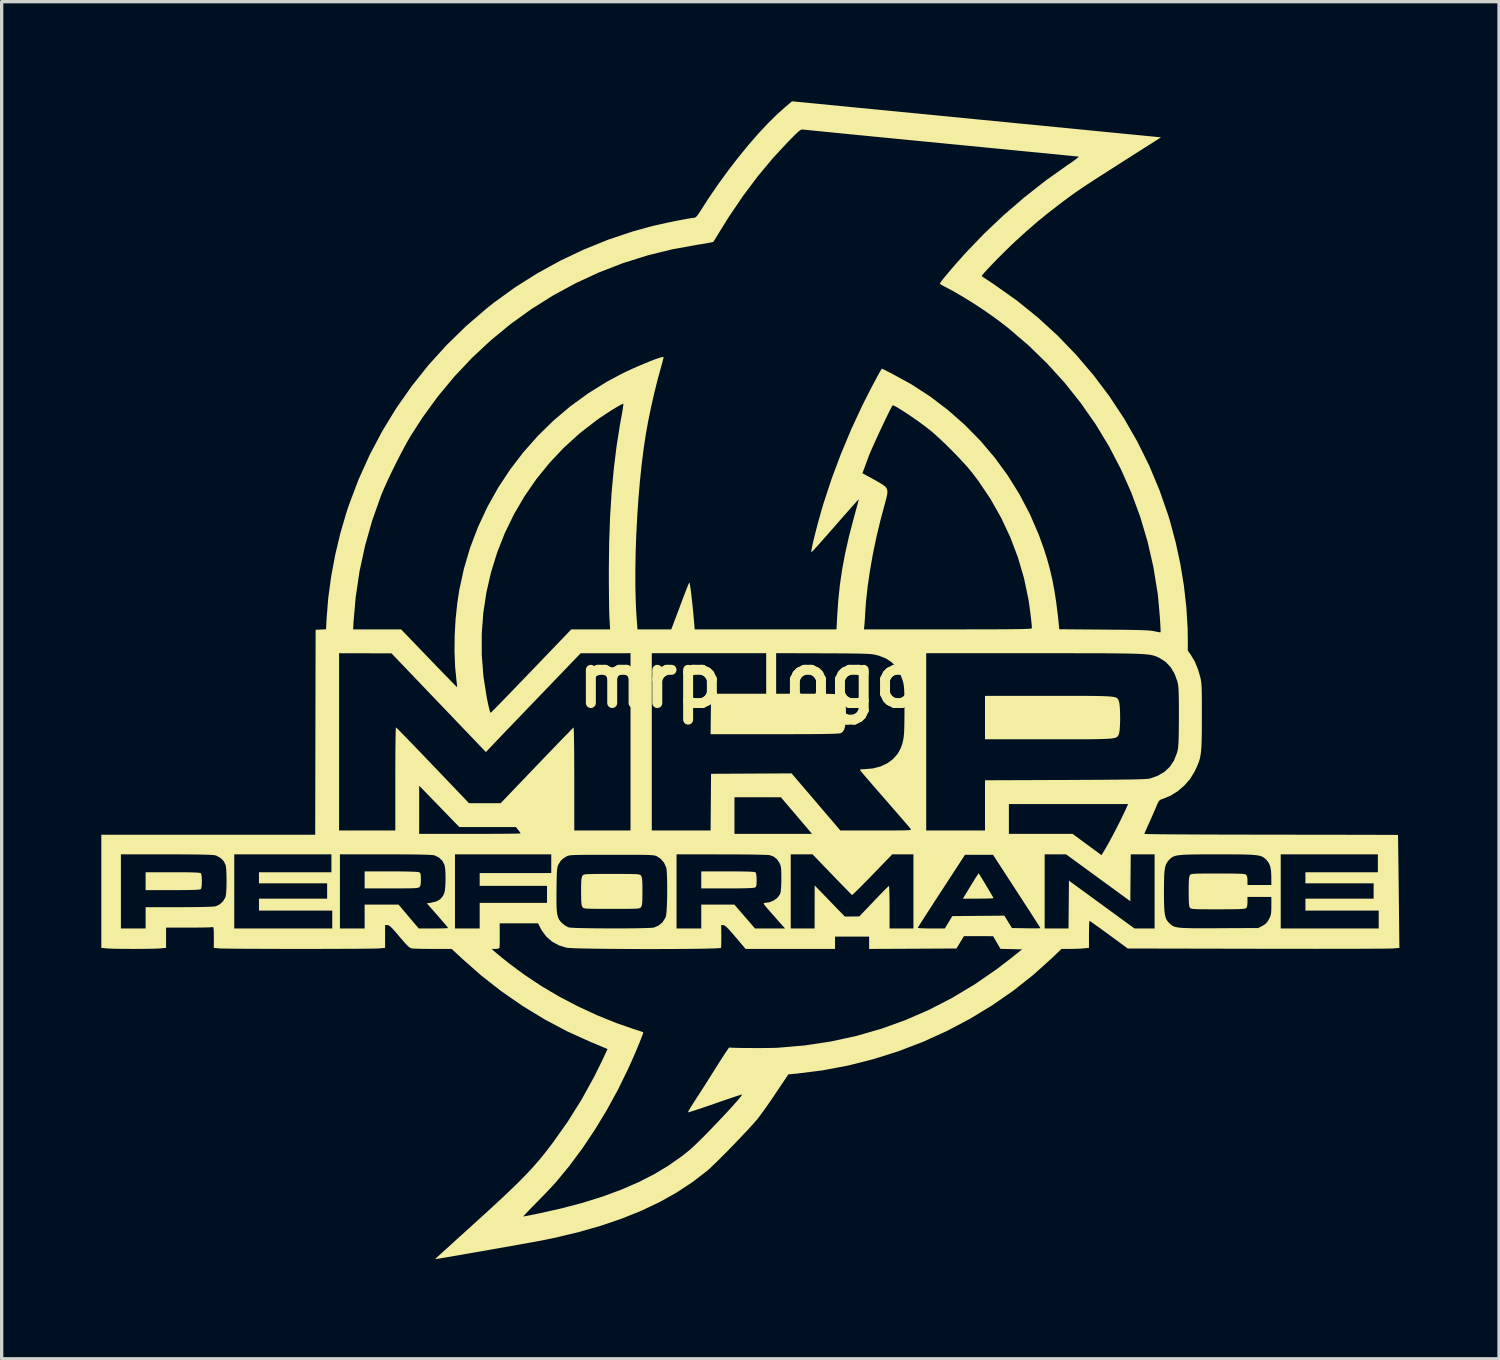
<source format=kicad_pcb>
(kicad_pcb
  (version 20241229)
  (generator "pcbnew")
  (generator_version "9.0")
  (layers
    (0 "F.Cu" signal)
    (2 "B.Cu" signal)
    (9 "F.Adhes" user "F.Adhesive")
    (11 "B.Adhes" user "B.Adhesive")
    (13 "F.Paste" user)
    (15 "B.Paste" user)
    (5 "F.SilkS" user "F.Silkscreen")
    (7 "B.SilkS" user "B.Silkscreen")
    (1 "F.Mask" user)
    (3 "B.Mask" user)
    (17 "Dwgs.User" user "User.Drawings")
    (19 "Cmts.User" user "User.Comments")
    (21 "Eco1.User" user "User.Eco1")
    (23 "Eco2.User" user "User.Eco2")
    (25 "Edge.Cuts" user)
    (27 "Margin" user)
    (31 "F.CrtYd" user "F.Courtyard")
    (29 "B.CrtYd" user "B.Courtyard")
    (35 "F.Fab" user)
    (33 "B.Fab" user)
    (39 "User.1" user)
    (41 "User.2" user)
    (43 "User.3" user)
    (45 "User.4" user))
  (footprint "mrp_logo"
    (layer "F.Cu")
    (at 19.525 17.438)
    (property "Reference" "mrp_logo" (at 0 0 0) (layer "F.SilkS") (effects (font (size 1.5 1.5) (thickness 0.3))))
    (attr board_only exclude_from_pos_files exclude_from_bom)
    (fp_poly (pts (xy 6.909 5.833) (xy 6.948 5.896) (xy 7.002 5.984) (xy 7.065 6.088) (xy 7.131 6.199) (xy 7.197 6.308) (xy 7.255 6.407) (xy 7.302 6.487) (xy 7.331 6.538) (xy 7.338 6.552) (xy 7.313 6.557) (xy 7.246 6.562) (xy 7.143 6.565) (xy 7.014 6.567) (xy 6.876 6.568) (xy 6.415 6.568) (xy 6.649 6.183) (xy 6.725 6.059) (xy 6.792 5.952) (xy 6.844 5.87) (xy 6.878 5.819) (xy 6.89 5.804)) (stroke (width 0) (type solid)) (fill yes) (layer "F.SilkS"))
    (fp_poly (pts (xy -17.128 5.773) (xy -16.93 5.775) (xy -16.775 5.778) (xy -16.661 5.783) (xy -16.584 5.789) (xy -16.54 5.797) (xy -16.528 5.804) (xy -16.511 5.847) (xy -16.501 5.932) (xy -16.497 6.042) (xy -16.501 6.159) (xy -16.512 6.242) (xy -16.528 6.281) (xy -16.552 6.29) (xy -16.608 6.297) (xy -16.698 6.303) (xy -16.826 6.307) (xy -16.996 6.31) (xy -17.212 6.311) (xy -17.375 6.312) (xy -18.191 6.312) (xy -18.191 6.042) (xy -18.191 5.773) (xy -17.375 5.773)) (stroke (width 0) (type solid)) (fill yes) (layer "F.SilkS"))
    (fp_poly (pts (xy -0.415 5.748) (xy -0.218 5.75) (xy -0.066 5.753) (xy 0.046 5.758) (xy 0.122 5.764) (xy 0.164 5.772) (xy 0.174 5.778) (xy 0.191 5.821) (xy 0.202 5.905) (xy 0.205 6.008) (xy 0.204 6.111) (xy 0.197 6.176) (xy 0.182 6.212) (xy 0.156 6.233) (xy 0.156 6.234) (xy 0.114 6.242) (xy 0.025 6.248) (xy -0.11 6.254) (xy -0.286 6.258) (xy -0.501 6.26) (xy -0.678 6.26) (xy -1.462 6.26) (xy -1.462 6.004) (xy -1.462 5.747) (xy -0.659 5.747)) (stroke (width 0) (type solid)) (fill yes) (layer "F.SilkS"))
    (fp_poly (pts (xy -10.557 5.748) (xy -10.35 5.751) (xy -10.183 5.755) (xy -10.059 5.76) (xy -9.98 5.767) (xy -9.953 5.774) (xy -9.927 5.795) (xy -9.912 5.833) (xy -9.905 5.898) (xy -9.903 5.99) (xy -9.907 6.105) (xy -9.92 6.178) (xy -9.944 6.22) (xy -9.961 6.231) (xy -9.99 6.24) (xy -10.037 6.247) (xy -10.106 6.253) (xy -10.204 6.256) (xy -10.336 6.258) (xy -10.507 6.26) (xy -10.722 6.26) (xy -10.79 6.26) (xy -11.597 6.26) (xy -11.597 6.004) (xy -11.597 5.747) (xy -10.8 5.747)) (stroke (width 0) (type solid)) (fill yes) (layer "F.SilkS"))
    (fp_poly (pts (xy 1.122 0.398) (xy 1.434 0.398) (xy 1.703 0.398) (xy 1.93 0.399) (xy 2.121 0.4) (xy 2.278 0.401) (xy 2.404 0.403) (xy 2.505 0.406) (xy 2.582 0.41) (xy 2.64 0.414) (xy 2.682 0.419) (xy 2.712 0.426) (xy 2.733 0.433) (xy 2.749 0.442) (xy 2.763 0.451) (xy 2.817 0.508) (xy 2.856 0.59) (xy 2.881 0.703) (xy 2.893 0.852) (xy 2.893 1.046) (xy 2.893 1.078) (xy 2.884 1.248) (xy 2.869 1.375) (xy 2.845 1.467) (xy 2.809 1.53) (xy 2.76 1.572) (xy 2.733 1.586) (xy 2.706 1.592) (xy 2.651 1.597) (xy 2.566 1.602) (xy 2.449 1.606) (xy 2.296 1.609) (xy 2.107 1.612) (xy 1.876 1.614) (xy 1.604 1.615) (xy 1.286 1.616) (xy 0.921 1.616) (xy 0.742 1.616) (xy -1.181 1.616) (xy -1.174 1.007) (xy -1.167 0.398) (xy 0.761 0.398)) (stroke (width 0) (type solid)) (fill yes) (layer "F.SilkS"))
    (fp_poly (pts (xy 9.69 0.462) (xy 9.97 0.462) (xy 10.209 0.464) (xy 10.41 0.466) (xy 10.577 0.469) (xy 10.713 0.474) (xy 10.821 0.48) (xy 10.906 0.488) (xy 10.97 0.499) (xy 11.017 0.511) (xy 11.05 0.527) (xy 11.072 0.545) (xy 11.088 0.567) (xy 11.1 0.592) (xy 11.111 0.619) (xy 11.127 0.684) (xy 11.138 0.788) (xy 11.146 0.919) (xy 11.149 1.066) (xy 11.149 1.216) (xy 11.144 1.359) (xy 11.136 1.481) (xy 11.123 1.572) (xy 11.113 1.608) (xy 11.101 1.638) (xy 11.089 1.663) (xy 11.073 1.685) (xy 11.05 1.704) (xy 11.017 1.72) (xy 10.971 1.733) (xy 10.907 1.744) (xy 10.822 1.752) (xy 10.713 1.758) (xy 10.577 1.763) (xy 10.411 1.766) (xy 10.21 1.769) (xy 9.971 1.77) (xy 9.691 1.77) (xy 9.367 1.77) (xy 8.995 1.77) (xy 7.081 1.77) (xy 7.081 1.116) (xy 7.081 0.462) (xy 8.993 0.462) (xy 9.366 0.462)) (stroke (width 0) (type solid)) (fill yes) (layer "F.SilkS"))
    (fp_poly (pts (xy -3.926 5.824) (xy -3.742 5.825) (xy -3.598 5.826) (xy -3.49 5.828) (xy -3.411 5.831) (xy -3.356 5.837) (xy -3.32 5.844) (xy -3.298 5.854) (xy -3.283 5.867) (xy -3.273 5.881) (xy -3.257 5.913) (xy -3.246 5.963) (xy -3.238 6.039) (xy -3.234 6.147) (xy -3.233 6.297) (xy -3.233 6.35) (xy -3.234 6.513) (xy -3.237 6.633) (xy -3.243 6.718) (xy -3.253 6.774) (xy -3.268 6.811) (xy -3.273 6.819) (xy -3.284 6.834) (xy -3.299 6.847) (xy -3.323 6.857) (xy -3.36 6.864) (xy -3.416 6.869) (xy -3.497 6.872) (xy -3.608 6.874) (xy -3.755 6.876) (xy -3.943 6.876) (xy -4.156 6.876) (xy -4.386 6.876) (xy -4.571 6.875) (xy -4.714 6.874) (xy -4.823 6.872) (xy -4.902 6.869) (xy -4.957 6.863) (xy -4.992 6.856) (xy -5.015 6.846) (xy -5.029 6.833) (xy -5.04 6.819) (xy -5.056 6.787) (xy -5.067 6.737) (xy -5.074 6.661) (xy -5.078 6.553) (xy -5.08 6.403) (xy -5.08 6.35) (xy -5.079 6.187) (xy -5.076 6.067) (xy -5.069 5.982) (xy -5.059 5.926) (xy -5.045 5.889) (xy -5.04 5.881) (xy -5.028 5.866) (xy -5.013 5.853) (xy -4.99 5.843) (xy -4.953 5.836) (xy -4.897 5.831) (xy -4.816 5.828) (xy -4.704 5.826) (xy -4.558 5.824) (xy -4.37 5.824) (xy -4.156 5.824)) (stroke (width 0) (type solid)) (fill yes) (layer "F.SilkS"))
    (fp_poly (pts (xy 6.825 -16.896) (xy 12.379 -16.353) (xy 12.238 -16.263) (xy 12.187 -16.23) (xy 12.097 -16.173) (xy 11.975 -16.096) (xy 11.825 -16) (xy 11.653 -15.891) (xy 11.464 -15.77) (xy 11.263 -15.643) (xy 11.135 -15.561) (xy 10.859 -15.385) (xy 10.621 -15.233) (xy 10.415 -15.101) (xy 10.238 -14.986) (xy 10.083 -14.884) (xy 9.945 -14.791) (xy 9.819 -14.704) (xy 9.699 -14.619) (xy 9.581 -14.533) (xy 9.459 -14.442) (xy 9.327 -14.343) (xy 9.313 -14.333) (xy 8.973 -14.069) (xy 8.651 -13.806) (xy 8.333 -13.53) (xy 8 -13.227) (xy 7.966 -13.196) (xy 7.848 -13.084) (xy 7.722 -12.961) (xy 7.591 -12.831) (xy 7.461 -12.701) (xy 7.337 -12.574) (xy 7.225 -12.456) (xy 7.128 -12.353) (xy 7.051 -12.268) (xy 7.001 -12.209) (xy 6.981 -12.178) (xy 6.981 -12.176) (xy 7.005 -12.159) (xy 7.064 -12.119) (xy 7.153 -12.059) (xy 7.263 -11.986) (xy 7.376 -11.91) (xy 8.041 -11.438) (xy 8.671 -10.929) (xy 9.267 -10.384) (xy 9.825 -9.805) (xy 10.346 -9.195) (xy 10.828 -8.554) (xy 11.269 -7.886) (xy 11.668 -7.191) (xy 12.024 -6.472) (xy 12.334 -5.73) (xy 12.599 -4.968) (xy 12.658 -4.771) (xy 12.825 -4.145) (xy 12.963 -3.503) (xy 13.069 -2.856) (xy 13.142 -2.215) (xy 13.181 -1.593) (xy 13.187 -1.246) (xy 13.187 -0.898) (xy 13.277 -0.773) (xy 13.396 -0.574) (xy 13.494 -0.336) (xy 13.554 -0.131) (xy 13.569 -0.073) (xy 13.58 -0.017) (xy 13.59 0.042) (xy 13.597 0.11) (xy 13.602 0.193) (xy 13.606 0.297) (xy 13.608 0.428) (xy 13.61 0.591) (xy 13.61 0.792) (xy 13.61 1.038) (xy 13.61 1.103) (xy 13.61 1.384) (xy 13.608 1.619) (xy 13.604 1.815) (xy 13.598 1.979) (xy 13.588 2.115) (xy 13.573 2.231) (xy 13.554 2.332) (xy 13.528 2.424) (xy 13.495 2.514) (xy 13.455 2.607) (xy 13.406 2.71) (xy 13.389 2.745) (xy 13.258 2.961) (xy 13.087 3.158) (xy 12.888 3.33) (xy 12.668 3.468) (xy 12.439 3.563) (xy 12.426 3.567) (xy 12.377 3.583) (xy 12.341 3.604) (xy 12.311 3.64) (xy 12.279 3.699) (xy 12.239 3.792) (xy 12.215 3.849) (xy 12.155 3.989) (xy 12.085 4.149) (xy 12.017 4.3) (xy 11.995 4.349) (xy 11.948 4.453) (xy 11.91 4.54) (xy 11.885 4.599) (xy 11.879 4.619) (xy 11.904 4.621) (xy 11.978 4.624) (xy 12.097 4.626) (xy 12.259 4.628) (xy 12.462 4.63) (xy 12.701 4.632) (xy 12.975 4.634) (xy 13.281 4.635) (xy 13.615 4.637) (xy 13.975 4.638) (xy 14.359 4.64) (xy 14.762 4.64) (xy 15.183 4.641) (xy 15.619 4.642) (xy 15.694 4.642) (xy 16.132 4.642) (xy 16.556 4.643) (xy 16.963 4.643) (xy 17.35 4.644) (xy 17.715 4.644) (xy 18.054 4.645) (xy 18.365 4.645) (xy 18.645 4.646) (xy 18.891 4.647) (xy 19.1 4.648) (xy 19.27 4.648) (xy 19.397 4.649) (xy 19.479 4.65) (xy 19.513 4.65) (xy 19.514 4.651) (xy 19.515 4.677) (xy 19.517 4.75) (xy 19.519 4.866) (xy 19.521 5.02) (xy 19.524 5.209) (xy 19.527 5.428) (xy 19.53 5.673) (xy 19.533 5.939) (xy 19.537 6.223) (xy 19.538 6.354) (xy 19.557 8.051) (xy 19.342 8.068) (xy 19.292 8.07) (xy 19.193 8.071) (xy 19.05 8.073) (xy 18.864 8.074) (xy 18.638 8.076) (xy 18.377 8.077) (xy 18.082 8.077) (xy 17.756 8.078) (xy 17.404 8.078) (xy 17.027 8.079) (xy 16.629 8.078) (xy 16.213 8.078) (xy 15.782 8.078) (xy 15.338 8.077) (xy 15.253 8.077) (xy 11.379 8.069) (xy 10.811 7.652) (xy 10.661 7.543) (xy 10.525 7.444) (xy 10.409 7.361) (xy 10.316 7.295) (xy 10.254 7.252) (xy 10.227 7.235) (xy 10.227 7.235) (xy 10.222 7.259) (xy 10.217 7.326) (xy 10.214 7.427) (xy 10.212 7.554) (xy 10.211 7.642) (xy 10.211 8.049) (xy 10.054 8.065) (xy 9.955 8.073) (xy 9.828 8.078) (xy 9.692 8.082) (xy 9.64 8.082) (xy 9.383 8.082) (xy 9.11 8.345) (xy 8.539 8.86) (xy 7.933 9.339) (xy 7.294 9.782) (xy 6.626 10.187) (xy 5.933 10.553) (xy 5.217 10.878) (xy 4.481 11.16) (xy 3.729 11.398) (xy 2.964 11.592) (xy 2.19 11.738) (xy 1.409 11.836) (xy 1.356 11.841) (xy 1.16 11.859) (xy 0.762 12.453) (xy 0.649 12.62) (xy 0.535 12.784) (xy 0.427 12.937) (xy 0.33 13.07) (xy 0.251 13.175) (xy 0.199 13.239) (xy 0.088 13.365) (xy -0.047 13.513) (xy -0.2 13.676) (xy -0.364 13.849) (xy -0.533 14.024) (xy -0.701 14.197) (xy -0.863 14.359) (xy -1.012 14.506) (xy -1.141 14.63) (xy -1.245 14.727) (xy -1.289 14.765) (xy -1.724 15.101) (xy -2.198 15.413) (xy -2.712 15.701) (xy -3.266 15.964) (xy -3.861 16.204) (xy -4.5 16.421) (xy -5.183 16.615) (xy -5.91 16.787) (xy -6.235 16.854) (xy -6.314 16.869) (xy -6.432 16.891) (xy -6.586 16.919) (xy -6.768 16.952) (xy -6.975 16.988) (xy -7.2 17.029) (xy -7.439 17.071) (xy -7.686 17.114) (xy -7.936 17.159) (xy -8.184 17.202) (xy -8.425 17.244) (xy -8.653 17.284) (xy -8.863 17.32) (xy -9.049 17.352) (xy -9.207 17.379) (xy -9.332 17.4) (xy -9.418 17.414) (xy -9.459 17.421) (xy -9.462 17.421) (xy -9.46 17.407) (xy -9.441 17.386) (xy -9.415 17.363) (xy -9.355 17.309) (xy -9.264 17.226) (xy -9.146 17.119) (xy -9.003 16.99) (xy -8.841 16.842) (xy -8.661 16.679) (xy -8.468 16.504) (xy -8.313 16.363) (xy -7.999 16.078) (xy -7.721 15.823) (xy -7.474 15.595) (xy -7.256 15.389) (xy -7.061 15.202) (xy -6.888 15.03) (xy -6.732 14.871) (xy -6.589 14.719) (xy -6.457 14.571) (xy -6.331 14.425) (xy -6.208 14.275) (xy -6.085 14.119) (xy -5.958 13.952) (xy -5.939 13.927) (xy -5.486 13.289) (xy -5.065 12.617) (xy -4.682 11.923) (xy -4.448 11.448) (xy -4.284 11.096) (xy -4.355 11.066) (xy -4.402 11.046) (xy -4.487 11.01) (xy -4.6 10.963) (xy -4.73 10.909) (xy -4.811 10.875) (xy -5.497 10.564) (xy -6.174 10.205) (xy -6.836 9.802) (xy -7.477 9.359) (xy -8.091 8.878) (xy -8.674 8.364) (xy -8.676 8.362) (xy -8.976 8.082) (xy -7.774 8.082) (xy -7.678 8.167) (xy -7.571 8.258) (xy -7.433 8.37) (xy -7.274 8.496) (xy -7.103 8.626) (xy -6.931 8.754) (xy -6.768 8.872) (xy -6.764 8.875) (xy -6.268 9.204) (xy -5.734 9.519) (xy -5.174 9.812) (xy -4.6 10.078) (xy -4.025 10.311) (xy -3.566 10.471) (xy -3.441 10.511) (xy -3.335 10.546) (xy -3.256 10.573) (xy -3.213 10.588) (xy -3.209 10.59) (xy -3.213 10.616) (xy -3.235 10.683) (xy -3.273 10.783) (xy -3.324 10.91) (xy -3.385 11.058) (xy -3.453 11.219) (xy -3.526 11.387) (xy -3.602 11.556) (xy -3.672 11.71) (xy -3.976 12.331) (xy -4.31 12.94) (xy -4.668 13.529) (xy -5.044 14.091) (xy -5.435 14.617) (xy -5.833 15.099) (xy -5.906 15.18) (xy -6.007 15.288) (xy -6.127 15.415) (xy -6.258 15.551) (xy -6.391 15.687) (xy -6.425 15.721) (xy -6.541 15.84) (xy -6.644 15.945) (xy -6.727 16.033) (xy -6.786 16.097) (xy -6.817 16.132) (xy -6.82 16.138) (xy -6.79 16.133) (xy -6.719 16.119) (xy -6.614 16.099) (xy -6.484 16.073) (xy -6.358 16.047) (xy -5.668 15.893) (xy -5.025 15.723) (xy -4.428 15.536) (xy -3.873 15.331) (xy -3.359 15.108) (xy -2.883 14.866) (xy -2.445 14.603) (xy -2.042 14.319) (xy -1.815 14.138) (xy -1.733 14.065) (xy -1.629 13.967) (xy -1.506 13.847) (xy -1.37 13.712) (xy -1.225 13.564) (xy -1.076 13.409) (xy -0.926 13.252) (xy -0.78 13.097) (xy -0.642 12.949) (xy -0.517 12.812) (xy -0.41 12.691) (xy -0.324 12.591) (xy -0.263 12.516) (xy -0.233 12.471) (xy -0.231 12.463) (xy -0.254 12.468) (xy -0.32 12.489) (xy -0.424 12.522) (xy -0.558 12.568) (xy -0.719 12.622) (xy -0.901 12.684) (xy -1.04 12.733) (xy -1.233 12.8) (xy -1.411 12.86) (xy -1.566 12.912) (xy -1.695 12.954) (xy -1.791 12.984) (xy -1.848 13) (xy -1.862 13.001) (xy -1.853 12.977) (xy -1.82 12.917) (xy -1.767 12.828) (xy -1.698 12.719) (xy -1.634 12.62) (xy -1.551 12.493) (xy -1.449 12.333) (xy -1.333 12.152) (xy -1.212 11.961) (xy -1.092 11.771) (xy -1.015 11.648) (xy -0.916 11.491) (xy -0.825 11.35) (xy -0.747 11.229) (xy -0.684 11.136) (xy -0.641 11.074) (xy -0.621 11.049) (xy -0.62 11.049) (xy -0.574 11.054) (xy -0.485 11.058) (xy -0.362 11.061) (xy -0.212 11.064) (xy -0.045 11.065) (xy 0.132 11.066) (xy 0.31 11.066) (xy 0.481 11.065) (xy 0.636 11.063) (xy 0.767 11.06) (xy 0.858 11.056) (xy 1.655 10.987) (xy 2.437 10.869) (xy 3.202 10.703) (xy 3.951 10.488) (xy 4.683 10.225) (xy 5.398 9.914) (xy 6.095 9.554) (xy 6.773 9.147) (xy 7.433 8.692) (xy 7.876 8.352) (xy 8.197 8.095) (xy 7.872 8.087) (xy 7.547 8.08) (xy 7.436 7.889) (xy 7.325 7.698) (xy 6.886 7.697) (xy 6.447 7.697) (xy 6.334 7.883) (xy 6.221 8.069) (xy 4.906 8.076) (xy 3.592 8.082) (xy 3.592 7.896) (xy 3.592 7.71) (xy 3.079 7.71) (xy 2.566 7.71) (xy 2.566 7.896) (xy 2.566 8.082) (xy 1.219 8.082) (xy -0.127 8.082) (xy -0.429 7.725) (xy -0.544 7.591) (xy -0.632 7.492) (xy -0.699 7.425) (xy -0.747 7.385) (xy -0.783 7.367) (xy -0.796 7.366) (xy -0.861 7.363) (xy -0.858 7.691) (xy -0.858 7.817) (xy -0.86 7.926) (xy -0.863 8.007) (xy -0.867 8.048) (xy -0.867 8.05) (xy -0.894 8.056) (xy -0.968 8.062) (xy -1.085 8.067) (xy -1.239 8.071) (xy -1.427 8.075) (xy -1.645 8.078) (xy -1.887 8.081) (xy -2.15 8.083) (xy -2.428 8.084) (xy -2.718 8.085) (xy -3.015 8.085) (xy -3.315 8.085) (xy -3.613 8.084) (xy -3.905 8.082) (xy -4.187 8.08) (xy -4.453 8.077) (xy -4.7 8.074) (xy -4.924 8.07) (xy -5.119 8.066) (xy -5.281 8.061) (xy -5.406 8.055) (xy -5.49 8.049) (xy -5.52 8.045) (xy -5.752 7.972) (xy -5.956 7.859) (xy -6.129 7.708) (xy -6.265 7.524) (xy -6.29 7.477) (xy -6.376 7.312) (xy -6.953 7.312) (xy -7.531 7.312) (xy -7.529 7.665) (xy -7.529 7.796) (xy -7.53 7.91) (xy -7.533 7.997) (xy -7.537 8.045) (xy -7.538 8.05) (xy -7.569 8.071) (xy -7.639 8.081) (xy -7.661 8.082) (xy -7.774 8.082) (xy -8.976 8.082) (xy -9.539 8.082) (xy -9.709 8.081) (xy -9.866 8.079) (xy -10.001 8.076) (xy -10.106 8.072) (xy -10.171 8.067) (xy -10.183 8.066) (xy -10.221 8.051) (xy -10.267 8.019) (xy -10.326 7.963) (xy -10.404 7.879) (xy -10.506 7.761) (xy -10.552 7.707) (xy -10.66 7.58) (xy -10.742 7.487) (xy -10.804 7.424) (xy -10.849 7.387) (xy -10.885 7.368) (xy -10.91 7.364) (xy -10.981 7.363) (xy -10.981 7.706) (xy -10.981 8.049) (xy -11.139 8.065) (xy -11.191 8.068) (xy -11.291 8.071) (xy -11.432 8.073) (xy -11.611 8.075) (xy -11.823 8.077) (xy -12.063 8.078) (xy -12.326 8.079) (xy -12.609 8.08) (xy -12.906 8.081) (xy -13.212 8.081) (xy -13.524 8.081) (xy -13.837 8.081) (xy -14.145 8.081) (xy -14.444 8.08) (xy -14.731 8.079) (xy -14.999 8.078) (xy -15.244 8.077) (xy -15.463 8.075) (xy -15.65 8.073) (xy -15.8 8.071) (xy -15.909 8.069) (xy -15.973 8.066) (xy -15.98 8.065) (xy -16.138 8.049) (xy -16.138 7.729) (xy -16.139 7.596) (xy -16.141 7.506) (xy -16.147 7.452) (xy -16.157 7.427) (xy -16.172 7.423) (xy -16.179 7.425) (xy -16.214 7.429) (xy -16.294 7.433) (xy -16.411 7.436) (xy -16.557 7.438) (xy -16.726 7.44) (xy -16.897 7.44) (xy -17.575 7.44) (xy -17.575 7.745) (xy -17.575 8.049) (xy -17.732 8.065) (xy -17.813 8.071) (xy -17.935 8.075) (xy -18.09 8.078) (xy -18.267 8.08) (xy -18.459 8.081) (xy -18.655 8.081) (xy -18.846 8.08) (xy -19.022 8.078) (xy -19.175 8.075) (xy -19.294 8.07) (xy -19.367 8.065) (xy -19.525 8.049) (xy -19.525 6.35) (xy -18.935 6.35) (xy -18.935 7.466) (xy -18.563 7.466) (xy -18.191 7.466) (xy -18.191 7.145) (xy -18.191 6.825) (xy -17.183 6.825) (xy -16.887 6.824) (xy -16.634 6.821) (xy -16.425 6.818) (xy -16.262 6.812) (xy -16.147 6.806) (xy -16.081 6.798) (xy -16.075 6.796) (xy -15.959 6.74) (xy -15.86 6.648) (xy -15.793 6.535) (xy -15.782 6.503) (xy -15.77 6.43) (xy -15.763 6.35) (xy -15.522 6.35) (xy -15.522 7.466) (xy -14.047 7.466) (xy -12.572 7.466) (xy -12.572 7.197) (xy -12.572 6.927) (xy -13.675 6.927) (xy -14.778 6.927) (xy -14.778 6.748) (xy -14.778 6.568) (xy -13.752 6.568) (xy -12.726 6.568) (xy -12.726 6.35) (xy -12.341 6.35) (xy -12.341 7.466) (xy -11.969 7.466) (xy -11.597 7.466) (xy -11.597 7.107) (xy -11.597 6.748) (xy -11.086 6.748) (xy -10.575 6.748) (xy -10.272 7.107) (xy -9.968 7.466) (xy -9.525 7.466) (xy -9.381 7.465) (xy -9.256 7.463) (xy -9.16 7.46) (xy -9.099 7.456) (xy -9.082 7.452) (xy -9.099 7.429) (xy -9.143 7.375) (xy -9.212 7.294) (xy -9.299 7.193) (xy -9.398 7.079) (xy -9.403 7.074) (xy -9.723 6.709) (xy -9.594 6.69) (xy -9.439 6.652) (xy -9.324 6.588) (xy -9.241 6.492) (xy -9.197 6.397) (xy -9.187 6.35) (xy -8.877 6.35) (xy -8.877 7.466) (xy -8.505 7.466) (xy -8.133 7.466) (xy -8.133 7.081) (xy -8.133 6.696) (xy -7.12 6.696) (xy -6.106 6.696) (xy -6.106 6.503) (xy -5.822 6.503) (xy -5.821 6.696) (xy -5.817 6.85) (xy -5.807 6.971) (xy -5.792 7.066) (xy -5.77 7.14) (xy -5.74 7.201) (xy -5.701 7.254) (xy -5.659 7.299) (xy -5.566 7.376) (xy -5.474 7.426) (xy -5.45 7.434) (xy -5.398 7.441) (xy -5.302 7.447) (xy -5.167 7.452) (xy -5 7.456) (xy -4.808 7.459) (xy -4.598 7.462) (xy -4.375 7.463) (xy -4.146 7.464) (xy -3.917 7.464) (xy -3.696 7.463) (xy -3.488 7.461) (xy -3.301 7.458) (xy -3.14 7.454) (xy -3.012 7.449) (xy -2.924 7.443) (xy -2.886 7.438) (xy -2.747 7.378) (xy -2.631 7.282) (xy -2.549 7.158) (xy -2.528 7.101) (xy -2.515 7.032) (xy -2.505 6.921) (xy -2.497 6.778) (xy -2.491 6.612) (xy -2.488 6.433) (xy -2.488 6.35) (xy -2.206 6.35) (xy -2.206 7.466) (xy -1.834 7.466) (xy -1.462 7.466) (xy -1.462 7.107) (xy -1.462 6.748) (xy -0.963 6.748) (xy -0.465 6.748) (xy -0.154 7.107) (xy 0.157 7.466) (xy 0.609 7.466) (xy 1.062 7.466) (xy 0.997 7.396) (xy 0.958 7.352) (xy 0.893 7.279) (xy 0.809 7.183) (xy 0.714 7.075) (xy 0.657 7.011) (xy 0.555 6.894) (xy 0.484 6.811) (xy 0.44 6.755) (xy 0.42 6.721) (xy 0.42 6.703) (xy 0.437 6.697) (xy 0.454 6.696) (xy 0.595 6.676) (xy 0.724 6.622) (xy 0.832 6.541) (xy 0.905 6.441) (xy 0.923 6.393) (xy 0.93 6.35) (xy 1.232 6.35) (xy 1.232 7.466) (xy 1.591 7.466) (xy 1.95 7.466) (xy 1.951 6.818) (xy 1.953 6.17) (xy 2.407 6.639) (xy 2.861 7.107) (xy 3.079 7.105) (xy 3.297 7.103) (xy 3.733 6.645) (xy 3.854 6.518) (xy 3.964 6.405) (xy 4.057 6.31) (xy 4.129 6.238) (xy 4.175 6.195) (xy 4.188 6.185) (xy 4.194 6.209) (xy 4.198 6.277) (xy 4.202 6.384) (xy 4.205 6.52) (xy 4.207 6.681) (xy 4.208 6.825) (xy 4.208 7.466) (xy 4.567 7.466) (xy 4.926 7.466) (xy 4.926 7.447) (xy 5.056 7.447) (xy 5.08 7.453) (xy 5.146 7.459) (xy 5.247 7.463) (xy 5.373 7.466) (xy 5.463 7.466) (xy 5.872 7.466) (xy 5.984 7.28) (xy 6.097 7.094) (xy 6.88 7.087) (xy 7.663 7.08) (xy 7.778 7.267) (xy 7.893 7.453) (xy 8.321 7.46) (xy 8.463 7.462) (xy 8.585 7.462) (xy 8.678 7.461) (xy 8.735 7.458) (xy 8.749 7.456) (xy 8.735 7.432) (xy 8.696 7.37) (xy 8.635 7.273) (xy 8.553 7.146) (xy 8.454 6.991) (xy 8.339 6.814) (xy 8.213 6.619) (xy 8.077 6.409) (xy 8.039 6.35) (xy 8.877 6.35) (xy 8.877 7.466) (xy 9.236 7.466) (xy 9.595 7.466) (xy 9.602 6.746) (xy 9.608 6.026) (xy 10.595 6.746) (xy 11.581 7.466) (xy 11.884 7.466) (xy 12.187 7.466) (xy 12.187 6.35) (xy 12.187 6.349) (xy 12.469 6.349) (xy 12.47 6.579) (xy 12.474 6.764) (xy 12.482 6.911) (xy 12.494 7.025) (xy 12.513 7.114) (xy 12.538 7.184) (xy 12.572 7.241) (xy 12.615 7.292) (xy 12.632 7.308) (xy 12.669 7.343) (xy 12.705 7.372) (xy 12.746 7.396) (xy 12.795 7.415) (xy 12.858 7.43) (xy 12.939 7.442) (xy 13.042 7.45) (xy 13.172 7.455) (xy 13.335 7.459) (xy 13.534 7.46) (xy 13.774 7.46) (xy 14.059 7.459) (xy 14.125 7.458) (xy 15.306 7.453) (xy 15.432 7.388) (xy 15.52 7.333) (xy 15.583 7.266) (xy 15.631 7.186) (xy 15.663 7.119) (xy 15.684 7.058) (xy 15.696 6.988) (xy 15.701 6.896) (xy 15.702 6.783) (xy 15.702 6.517) (xy 15.343 6.517) (xy 14.983 6.517) (xy 14.983 6.668) (xy 14.978 6.769) (xy 14.96 6.831) (xy 14.941 6.854) (xy 14.919 6.864) (xy 14.878 6.872) (xy 14.812 6.878) (xy 14.718 6.883) (xy 14.588 6.886) (xy 14.42 6.888) (xy 14.208 6.889) (xy 14.092 6.889) (xy 13.867 6.889) (xy 13.688 6.888) (xy 13.549 6.887) (xy 13.445 6.884) (xy 13.37 6.88) (xy 13.319 6.874) (xy 13.286 6.866) (xy 13.265 6.856) (xy 13.252 6.842) (xy 13.25 6.839) (xy 13.235 6.807) (xy 13.225 6.752) (xy 13.218 6.667) (xy 13.215 6.545) (xy 13.213 6.38) (xy 13.213 6.35) (xy 15.984 6.35) (xy 15.984 7.466) (xy 17.459 7.466) (xy 18.935 7.466) (xy 18.935 7.197) (xy 18.935 6.927) (xy 17.831 6.927) (xy 16.728 6.927) (xy 16.728 6.748) (xy 16.728 6.568) (xy 17.754 6.568) (xy 18.781 6.568) (xy 18.781 6.337) (xy 18.781 6.106) (xy 17.754 6.106) (xy 16.728 6.106) (xy 16.728 5.939) (xy 16.728 5.773) (xy 17.818 5.773) (xy 18.909 5.773) (xy 18.909 5.503) (xy 18.909 5.234) (xy 17.446 5.234) (xy 15.984 5.234) (xy 15.984 6.35) (xy 13.213 6.35) (xy 13.214 6.177) (xy 13.218 6.049) (xy 13.224 5.959) (xy 13.234 5.9) (xy 13.247 5.865) (xy 13.25 5.861) (xy 13.262 5.847) (xy 13.28 5.836) (xy 13.31 5.828) (xy 13.356 5.821) (xy 13.425 5.817) (xy 13.522 5.814) (xy 13.652 5.812) (xy 13.822 5.811) (xy 14.035 5.811) (xy 14.092 5.811) (xy 14.327 5.812) (xy 14.515 5.813) (xy 14.662 5.816) (xy 14.772 5.819) (xy 14.851 5.825) (xy 14.903 5.832) (xy 14.933 5.841) (xy 14.941 5.846) (xy 14.97 5.894) (xy 14.983 5.979) (xy 14.983 6.02) (xy 14.983 6.158) (xy 15.343 6.158) (xy 15.702 6.158) (xy 15.701 5.907) (xy 15.693 5.733) (xy 15.669 5.598) (xy 15.623 5.49) (xy 15.554 5.4) (xy 15.532 5.378) (xy 15.494 5.346) (xy 15.455 5.318) (xy 15.41 5.296) (xy 15.354 5.278) (xy 15.281 5.264) (xy 15.189 5.253) (xy 15.071 5.245) (xy 14.923 5.24) (xy 14.74 5.236) (xy 14.519 5.235) (xy 14.253 5.234) (xy 14.085 5.234) (xy 13.793 5.234) (xy 13.547 5.235) (xy 13.343 5.238) (xy 13.176 5.242) (xy 13.042 5.248) (xy 12.935 5.258) (xy 12.852 5.27) (xy 12.788 5.287) (xy 12.737 5.308) (xy 12.695 5.334) (xy 12.658 5.366) (xy 12.627 5.396) (xy 12.582 5.448) (xy 12.546 5.504) (xy 12.518 5.57) (xy 12.498 5.652) (xy 12.484 5.758) (xy 12.475 5.894) (xy 12.471 6.067) (xy 12.469 6.282) (xy 12.469 6.349) (xy 12.187 6.349) (xy 12.187 5.234) (xy 11.828 5.234) (xy 11.469 5.234) (xy 11.462 5.94) (xy 11.456 6.646) (xy 10.489 5.94) (xy 9.522 5.234) (xy 9.199 5.234) (xy 8.877 5.234) (xy 8.877 6.35) (xy 8.039 6.35) (xy 8.035 6.345) (xy 7.322 5.247) (xy 6.901 5.247) (xy 6.479 5.247) (xy 5.769 6.337) (xy 5.63 6.55) (xy 5.501 6.749) (xy 5.383 6.932) (xy 5.279 7.093) (xy 5.192 7.23) (xy 5.124 7.336) (xy 5.078 7.409) (xy 5.057 7.444) (xy 5.056 7.447) (xy 4.926 7.447) (xy 4.926 6.35) (xy 4.926 5.234) (xy 4.608 5.234) (xy 4.289 5.234) (xy 3.692 5.85) (xy 3.55 5.997) (xy 3.418 6.13) (xy 3.303 6.247) (xy 3.206 6.342) (xy 3.134 6.412) (xy 3.09 6.452) (xy 3.078 6.46) (xy 3.057 6.44) (xy 3.005 6.388) (xy 2.926 6.307) (xy 2.824 6.203) (xy 2.703 6.079) (xy 2.569 5.94) (xy 2.476 5.843) (xy 1.889 5.234) (xy 1.56 5.234) (xy 1.232 5.234) (xy 1.232 6.35) (xy 0.93 6.35) (xy 0.933 6.332) (xy 0.941 6.233) (xy 0.947 6.108) (xy 0.949 5.971) (xy 0.949 5.951) (xy 0.948 5.807) (xy 0.945 5.702) (xy 0.937 5.627) (xy 0.925 5.569) (xy 0.905 5.518) (xy 0.892 5.491) (xy 0.811 5.373) (xy 0.708 5.296) (xy 0.601 5.259) (xy 0.556 5.254) (xy 0.466 5.25) (xy 0.334 5.246) (xy 0.167 5.242) (xy -0.031 5.239) (xy -0.254 5.237) (xy -0.497 5.236) (xy -0.755 5.235) (xy -0.853 5.235) (xy -2.206 5.234) (xy -2.206 6.35) (xy -2.488 6.35) (xy -2.487 6.251) (xy -2.489 6.075) (xy -2.493 5.914) (xy -2.499 5.778) (xy -2.509 5.677) (xy -2.517 5.632) (xy -2.583 5.484) (xy -2.69 5.364) (xy -2.779 5.304) (xy -2.804 5.291) (xy -2.829 5.28) (xy -2.86 5.271) (xy -2.9 5.264) (xy -2.954 5.259) (xy -3.027 5.254) (xy -3.122 5.251) (xy -3.246 5.249) (xy -3.402 5.248) (xy -3.595 5.247) (xy -3.83 5.247) (xy -4.11 5.247) (xy -4.156 5.247) (xy -4.446 5.247) (xy -4.688 5.247) (xy -4.888 5.248) (xy -5.05 5.25) (xy -5.179 5.252) (xy -5.28 5.255) (xy -5.356 5.259) (xy -5.412 5.265) (xy -5.453 5.272) (xy -5.484 5.28) (xy -5.508 5.29) (xy -5.516 5.295) (xy -5.62 5.359) (xy -5.693 5.429) (xy -5.754 5.525) (xy -5.756 5.529) (xy -5.773 5.564) (xy -5.787 5.602) (xy -5.797 5.65) (xy -5.804 5.714) (xy -5.81 5.802) (xy -5.814 5.921) (xy -5.817 6.077) (xy -5.82 6.266) (xy -5.822 6.503) (xy -6.106 6.503) (xy -6.106 6.44) (xy -6.106 6.183) (xy -7.12 6.183) (xy -8.133 6.183) (xy -8.133 5.991) (xy -8.133 5.798) (xy -7.056 5.798) (xy -5.978 5.798) (xy -5.978 5.516) (xy -5.978 5.234) (xy -7.428 5.234) (xy -8.877 5.234) (xy -8.877 6.35) (xy -9.187 6.35) (xy -9.18 6.321) (xy -9.169 6.209) (xy -9.162 6.073) (xy -9.161 5.928) (xy -9.164 5.787) (xy -9.173 5.664) (xy -9.187 5.574) (xy -9.19 5.559) (xy -9.253 5.434) (xy -9.354 5.334) (xy -9.479 5.27) (xy -9.501 5.263) (xy -9.554 5.256) (xy -9.649 5.249) (xy -9.786 5.244) (xy -9.969 5.24) (xy -10.197 5.237) (xy -10.474 5.235) (xy -10.799 5.234) (xy -10.98 5.234) (xy -12.341 5.234) (xy -12.341 6.35) (xy -12.726 6.35) (xy -12.726 6.337) (xy -12.726 6.106) (xy -13.752 6.106) (xy -14.778 6.106) (xy -14.778 5.939) (xy -14.778 5.773) (xy -13.688 5.773) (xy -12.597 5.773) (xy -12.597 5.503) (xy -12.597 5.234) (xy -14.06 5.234) (xy -15.522 5.234) (xy -15.522 6.35) (xy -15.763 6.35) (xy -15.761 6.319) (xy -15.756 6.182) (xy -15.754 6.032) (xy -15.756 5.882) (xy -15.761 5.744) (xy -15.769 5.632) (xy -15.781 5.557) (xy -15.782 5.555) (xy -15.838 5.44) (xy -15.933 5.344) (xy -16.053 5.277) (xy -16.096 5.263) (xy -16.15 5.256) (xy -16.247 5.249) (xy -16.389 5.244) (xy -16.578 5.24) (xy -16.813 5.237) (xy -17.097 5.235) (xy -17.431 5.234) (xy -17.573 5.234) (xy -18.935 5.234) (xy -18.935 6.35) (xy -19.525 6.35) (xy -19.525 6.346) (xy -19.525 4.644) (xy -16.305 4.644) (xy -13.085 4.644) (xy -13.085 4.618) (xy -9.955 4.618) (xy -8.428 4.618) (xy -8.154 4.618) (xy -7.895 4.617) (xy -7.656 4.616) (xy -7.443 4.615) (xy -7.258 4.613) (xy -7.107 4.611) (xy -6.995 4.609) (xy -6.925 4.606) (xy -6.902 4.604) (xy -6.916 4.577) (xy -6.953 4.526) (xy -6.972 4.501) (xy -7.043 4.413) (xy -7.895 4.413) (xy -8.746 4.413) (xy -9.088 4.06) (xy -9.219 3.925) (xy -9.361 3.778) (xy -9.501 3.634) (xy -9.626 3.505) (xy -9.691 3.438) (xy -9.954 3.169) (xy -9.954 3.893) (xy -9.955 4.618) (xy -13.085 4.618) (xy -13.079 1.559) (xy -13.074 -0.821) (xy -12.366 -0.821) (xy -12.366 1.847) (xy -12.366 4.516) (xy -11.52 4.516) (xy -10.673 4.516) (xy -10.673 2.963) (xy -10.673 2.686) (xy -10.672 2.425) (xy -10.671 2.185) (xy -10.669 1.968) (xy -10.666 1.781) (xy -10.664 1.628) (xy -10.661 1.512) (xy -10.657 1.439) (xy -10.654 1.412) (xy -10.654 1.412) (xy -10.633 1.43) (xy -10.58 1.482) (xy -10.498 1.565) (xy -10.39 1.676) (xy -10.258 1.811) (xy -10.107 1.967) (xy -9.939 2.142) (xy -9.757 2.331) (xy -9.565 2.532) (xy -9.544 2.554) (xy -8.454 3.694) (xy -7.978 3.694) (xy -7.502 3.695) (xy -6.415 2.559) (xy -6.221 2.357) (xy -6.038 2.167) (xy -5.869 1.991) (xy -5.715 1.832) (xy -5.582 1.694) (xy -5.471 1.581) (xy -5.386 1.494) (xy -5.331 1.438) (xy -5.307 1.416) (xy -5.306 1.415) (xy -5.303 1.439) (xy -5.299 1.509) (xy -5.296 1.622) (xy -5.293 1.773) (xy -5.29 1.958) (xy -5.288 2.172) (xy -5.287 2.411) (xy -5.286 2.671) (xy -5.285 2.947) (xy -5.285 2.961) (xy -5.285 4.516) (xy -4.439 4.516) (xy -3.592 4.516) (xy -3.592 1.847) (xy -2.951 1.847) (xy -2.951 4.516) (xy -2.066 4.516) (xy -1.181 4.516) (xy -1.177 4.067) (xy -0.462 4.067) (xy -0.462 4.618) (xy 0.706 4.618) (xy 1.873 4.618) (xy 1.405 4.067) (xy 0.936 3.516) (xy 0.237 3.516) (xy -0.462 3.515) (xy -0.462 4.067) (xy -1.177 4.067) (xy -1.174 3.662) (xy -1.167 2.809) (xy 0.045 2.803) (xy 1.257 2.796) (xy 1.992 3.656) (xy 2.726 4.516) (xy 3.802 4.516) (xy 4.065 4.515) (xy 4.281 4.515) (xy 4.454 4.514) (xy 4.59 4.513) (xy 4.691 4.51) (xy 4.764 4.507) (xy 4.812 4.502) (xy 4.839 4.496) (xy 4.85 4.488) (xy 4.85 4.478) (xy 4.844 4.469) (xy 4.821 4.44) (xy 4.767 4.377) (xy 4.687 4.284) (xy 4.584 4.165) (xy 4.461 4.023) (xy 4.323 3.864) (xy 4.173 3.692) (xy 4.067 3.57) (xy 3.911 3.392) (xy 3.766 3.225) (xy 3.636 3.074) (xy 3.523 2.943) (xy 3.431 2.835) (xy 3.363 2.755) (xy 3.323 2.706) (xy 3.314 2.693) (xy 3.333 2.68) (xy 3.392 2.671) (xy 3.468 2.668) (xy 3.712 2.647) (xy 3.938 2.587) (xy 4.14 2.493) (xy 4.312 2.366) (xy 4.449 2.21) (xy 4.527 2.071) (xy 4.563 1.984) (xy 4.592 1.9) (xy 4.614 1.812) (xy 4.631 1.712) (xy 4.643 1.593) (xy 4.65 1.448) (xy 4.654 1.271) (xy 4.656 1.053) (xy 4.656 0.911) (xy 4.656 0.689) (xy 4.654 0.512) (xy 4.651 0.372) (xy 4.646 0.263) (xy 4.639 0.178) (xy 4.629 0.109) (xy 4.617 0.049) (xy 4.611 0.029) (xy 4.527 -0.205) (xy 4.414 -0.398) (xy 4.269 -0.551) (xy 4.09 -0.668) (xy 3.873 -0.751) (xy 3.737 -0.783) (xy 3.701 -0.788) (xy 3.655 -0.794) (xy 3.597 -0.798) (xy 3.523 -0.802) (xy 3.43 -0.806) (xy 3.317 -0.809) (xy 3.18 -0.812) (xy 3.017 -0.814) (xy 2.826 -0.816) (xy 2.602 -0.817) (xy 2.344 -0.818) (xy 2.049 -0.819) (xy 1.715 -0.82) (xy 1.337 -0.821) (xy 0.915 -0.821) (xy 0.445 -0.821) (xy 0.293 -0.821) (xy 5.311 -0.821) (xy 5.311 1.847) (xy 5.311 4.516) (xy 6.196 4.516) (xy 7.081 4.516) (xy 7.081 4.169) (xy 7.8 4.169) (xy 7.8 4.618) (xy 8.759 4.618) (xy 9.718 4.618) (xy 10.151 4.937) (xy 10.28 5.032) (xy 10.394 5.115) (xy 10.487 5.184) (xy 10.552 5.232) (xy 10.585 5.256) (xy 10.587 5.257) (xy 10.601 5.238) (xy 10.635 5.182) (xy 10.685 5.099) (xy 10.745 4.997) (xy 10.745 4.997) (xy 10.821 4.861) (xy 10.911 4.694) (xy 11.009 4.508) (xy 11.107 4.316) (xy 11.198 4.132) (xy 11.277 3.968) (xy 11.327 3.859) (xy 11.389 3.72) (xy 9.594 3.72) (xy 7.8 3.72) (xy 7.8 4.169) (xy 7.081 4.169) (xy 7.081 3.76) (xy 7.081 3.004) (xy 9.499 2.995) (xy 9.929 2.993) (xy 10.31 2.991) (xy 10.645 2.989) (xy 10.937 2.986) (xy 11.188 2.984) (xy 11.401 2.981) (xy 11.579 2.978) (xy 11.725 2.974) (xy 11.84 2.97) (xy 11.928 2.965) (xy 11.992 2.96) (xy 12.034 2.954) (xy 12.046 2.952) (xy 12.284 2.868) (xy 12.483 2.751) (xy 12.644 2.6) (xy 12.769 2.413) (xy 12.858 2.19) (xy 12.884 2.091) (xy 12.894 2.027) (xy 12.902 1.936) (xy 12.909 1.812) (xy 12.914 1.653) (xy 12.916 1.454) (xy 12.918 1.21) (xy 12.918 1.065) (xy 12.918 0.822) (xy 12.917 0.624) (xy 12.914 0.465) (xy 12.911 0.34) (xy 12.906 0.242) (xy 12.899 0.165) (xy 12.89 0.103) (xy 12.879 0.051) (xy 12.874 0.032) (xy 12.787 -0.205) (xy 12.67 -0.402) (xy 12.522 -0.558) (xy 12.342 -0.674) (xy 12.339 -0.676) (xy 12.297 -0.696) (xy 12.257 -0.715) (xy 12.217 -0.731) (xy 12.174 -0.746) (xy 12.124 -0.759) (xy 12.066 -0.771) (xy 11.997 -0.78) (xy 11.913 -0.789) (xy 11.813 -0.796) (xy 11.693 -0.802) (xy 11.55 -0.807) (xy 11.382 -0.811) (xy 11.186 -0.814) (xy 10.959 -0.817) (xy 10.699 -0.819) (xy 10.403 -0.82) (xy 10.068 -0.82) (xy 9.691 -0.821) (xy 9.27 -0.821) (xy 8.801 -0.821) (xy 8.554 -0.821) (xy 5.311 -0.821) (xy 0.293 -0.821) (xy -2.951 -0.821) (xy -2.951 1.847) (xy -3.592 1.847) (xy -3.592 -0.821) (xy -4.342 -0.82) (xy -5.093 -0.82) (xy -6.35 0.488) (xy -6.563 0.71) (xy -6.77 0.925) (xy -6.967 1.13) (xy -7.151 1.321) (xy -7.318 1.495) (xy -7.465 1.649) (xy -7.588 1.778) (xy -7.685 1.879) (xy -7.751 1.949) (xy -7.776 1.975) (xy -7.945 2.155) (xy -9.367 0.669) (xy -10.789 -0.818) (xy -11.578 -0.819) (xy -12.366 -0.821) (xy -13.074 -0.821) (xy -13.072 -1.527) (xy -12.916 -1.534) (xy -12.806 -1.539) (xy -11.943 -1.539) (xy -11.221 -1.539) (xy -10.499 -1.539) (xy -9.659 -0.666) (xy -9.49 -0.49) (xy -9.332 -0.327) (xy -9.189 -0.179) (xy -9.063 -0.051) (xy -8.96 0.055) (xy -8.881 0.135) (xy -8.831 0.184) (xy -8.813 0.2) (xy -8.813 0.173) (xy -8.819 0.109) (xy -8.829 0.026) (xy -8.872 -0.405) (xy -8.891 -0.868) (xy -8.886 -1.35) (xy -8.883 -1.407) (xy -8.071 -1.407) (xy -8.07 -0.771) (xy -8.021 -0.131) (xy -7.921 0.51) (xy -7.862 0.789) (xy -7.84 0.878) (xy -7.819 0.944) (xy -7.805 0.974) (xy -7.803 0.974) (xy -7.783 0.956) (xy -7.731 0.904) (xy -7.648 0.821) (xy -7.539 0.709) (xy -7.407 0.573) (xy -7.253 0.415) (xy -7.082 0.238) (xy -6.896 0.044) (xy -6.697 -0.162) (xy -6.581 -0.283) (xy -5.375 -1.539) (xy -4.79 -1.539) (xy -4.206 -1.539) (xy -4.226 -1.879) (xy -4.23 -1.979) (xy -4.234 -2.122) (xy -4.237 -2.302) (xy -4.24 -2.51) (xy -4.242 -2.741) (xy -4.244 -2.986) (xy -4.244 -3.237) (xy -4.244 -3.361) (xy -4.234 -4.173) (xy -4.206 -4.943) (xy -4.16 -5.675) (xy -4.095 -6.376) (xy -4.012 -7.05) (xy -3.909 -7.704) (xy -3.871 -7.912) (xy -3.846 -8.05) (xy -3.826 -8.17) (xy -3.813 -8.262) (xy -3.807 -8.318) (xy -3.808 -8.332) (xy -3.835 -8.325) (xy -3.897 -8.294) (xy -3.988 -8.243) (xy -4.099 -8.176) (xy -4.225 -8.097) (xy -4.356 -8.012) (xy -4.488 -7.924) (xy -4.61 -7.838) (xy -5.123 -7.441) (xy -5.598 -7.01) (xy -6.034 -6.548) (xy -6.431 -6.058) (xy -6.787 -5.541) (xy -7.102 -5.002) (xy -7.375 -4.441) (xy -7.604 -3.861) (xy -7.789 -3.266) (xy -7.93 -2.657) (xy -8.024 -2.036) (xy -8.071 -1.407) (xy -8.883 -1.407) (xy -8.859 -1.84) (xy -8.808 -2.324) (xy -8.748 -2.72) (xy -8.607 -3.368) (xy -8.419 -4.002) (xy -8.184 -4.619) (xy -7.905 -5.217) (xy -7.584 -5.793) (xy -7.222 -6.344) (xy -6.821 -6.868) (xy -6.384 -7.362) (xy -5.911 -7.825) (xy -5.406 -8.253) (xy -4.869 -8.644) (xy -4.303 -8.996) (xy -3.881 -9.221) (xy -3.72 -9.3) (xy -3.549 -9.38) (xy -3.374 -9.458) (xy -3.202 -9.531) (xy -3.039 -9.598) (xy -2.893 -9.655) (xy -2.769 -9.7) (xy -2.674 -9.73) (xy -2.615 -9.742) (xy -2.599 -9.74) (xy -2.601 -9.713) (xy -2.616 -9.647) (xy -2.64 -9.552) (xy -2.665 -9.464) (xy -2.771 -9.077) (xy -2.875 -8.661) (xy -2.972 -8.235) (xy -3.058 -7.817) (xy -3.129 -7.428) (xy -3.196 -6.982) (xy -3.256 -6.501) (xy -3.309 -5.994) (xy -3.354 -5.469) (xy -3.39 -4.934) (xy -3.418 -4.397) (xy -3.437 -3.865) (xy -3.446 -3.347) (xy -3.446 -2.852) (xy -3.435 -2.386) (xy -3.414 -1.958) (xy -3.399 -1.764) (xy -3.381 -1.539) (xy -2.873 -1.539) (xy -2.365 -1.539) (xy -2.289 -1.738) (xy -2.257 -1.825) (xy -2.21 -1.948) (xy -2.154 -2.097) (xy -2.093 -2.261) (xy -2.03 -2.428) (xy -2.024 -2.444) (xy -1.967 -2.594) (xy -1.916 -2.727) (xy -1.873 -2.835) (xy -1.84 -2.911) (xy -1.822 -2.948) (xy -1.819 -2.951) (xy -1.81 -2.926) (xy -1.798 -2.857) (xy -1.782 -2.751) (xy -1.764 -2.613) (xy -1.746 -2.451) (xy -1.726 -2.271) (xy -1.707 -2.08) (xy -1.69 -1.892) (xy -1.659 -1.539) (xy 0.476 -1.539) (xy 2.61 -1.539) (xy 2.628 -1.892) (xy 2.661 -2.39) (xy 2.711 -2.873) (xy 2.781 -3.351) (xy 2.873 -3.838) (xy 2.987 -4.344) (xy 3.127 -4.88) (xy 3.146 -4.948) (xy 3.187 -5.099) (xy 3.224 -5.233) (xy 3.252 -5.341) (xy 3.271 -5.417) (xy 3.278 -5.453) (xy 3.278 -5.454) (xy 3.26 -5.437) (xy 3.212 -5.385) (xy 3.137 -5.302) (xy 3.04 -5.193) (xy 2.923 -5.06) (xy 2.79 -4.909) (xy 2.644 -4.743) (xy 2.568 -4.655) (xy 2.417 -4.483) (xy 2.277 -4.324) (xy 2.151 -4.182) (xy 2.043 -4.061) (xy 1.956 -3.965) (xy 1.893 -3.897) (xy 1.859 -3.863) (xy 1.853 -3.86) (xy 1.852 -3.891) (xy 1.863 -3.966) (xy 1.886 -4.077) (xy 1.918 -4.219) (xy 1.958 -4.384) (xy 2.005 -4.567) (xy 2.056 -4.76) (xy 2.111 -4.959) (xy 2.167 -5.156) (xy 2.221 -5.338) (xy 2.464 -6.076) (xy 2.525 -6.24) (xy 3.39 -6.24) (xy 3.686 -6.079) (xy 3.805 -6.013) (xy 3.913 -5.95) (xy 3.999 -5.897) (xy 4.052 -5.86) (xy 4.055 -5.858) (xy 4.103 -5.809) (xy 4.132 -5.755) (xy 4.143 -5.687) (xy 4.135 -5.597) (xy 4.108 -5.475) (xy 4.068 -5.327) (xy 3.933 -4.825) (xy 3.811 -4.315) (xy 3.705 -3.805) (xy 3.617 -3.306) (xy 3.547 -2.826) (xy 3.498 -2.375) (xy 3.476 -2.065) (xy 3.469 -1.935) (xy 3.461 -1.811) (xy 3.453 -1.708) (xy 3.449 -1.661) (xy 3.436 -1.539) (xy 5.964 -1.539) (xy 6.387 -1.539) (xy 6.762 -1.54) (xy 7.091 -1.54) (xy 7.377 -1.541) (xy 7.623 -1.542) (xy 7.831 -1.544) (xy 8.005 -1.546) (xy 8.148 -1.548) (xy 8.261 -1.551) (xy 8.348 -1.554) (xy 8.412 -1.558) (xy 8.455 -1.562) (xy 8.481 -1.567) (xy 8.492 -1.573) (xy 8.492 -1.575) (xy 8.489 -1.646) (xy 8.479 -1.755) (xy 8.464 -1.891) (xy 8.445 -2.043) (xy 8.425 -2.198) (xy 8.404 -2.344) (xy 8.387 -2.45) (xy 8.255 -3.082) (xy 8.073 -3.703) (xy 7.844 -4.308) (xy 7.569 -4.895) (xy 7.25 -5.46) (xy 6.887 -6.001) (xy 6.67 -6.286) (xy 6.547 -6.432) (xy 6.394 -6.601) (xy 6.221 -6.784) (xy 6.036 -6.972) (xy 5.85 -7.155) (xy 5.67 -7.323) (xy 5.507 -7.469) (xy 5.401 -7.557) (xy 5.281 -7.649) (xy 5.147 -7.749) (xy 5.004 -7.851) (xy 4.86 -7.951) (xy 4.719 -8.045) (xy 4.589 -8.129) (xy 4.476 -8.2) (xy 4.386 -8.252) (xy 4.325 -8.281) (xy 4.3 -8.285) (xy 4.278 -8.249) (xy 4.237 -8.173) (xy 4.182 -8.064) (xy 4.116 -7.93) (xy 4.043 -7.776) (xy 3.964 -7.611) (xy 3.885 -7.441) (xy 3.808 -7.274) (xy 3.736 -7.115) (xy 3.673 -6.973) (xy 3.621 -6.854) (xy 3.585 -6.766) (xy 3.578 -6.748) (xy 3.554 -6.681) (xy 3.518 -6.585) (xy 3.478 -6.477) (xy 3.468 -6.449) (xy 3.39 -6.24) (xy 2.525 -6.24) (xy 2.745 -6.825) (xy 3.057 -7.571) (xy 3.396 -8.298) (xy 3.644 -8.787) (xy 3.72 -8.93) (xy 3.79 -9.062) (xy 3.851 -9.175) (xy 3.898 -9.26) (xy 3.925 -9.307) (xy 3.976 -9.391) (xy 4.259 -9.249) (xy 4.858 -8.921) (xy 5.427 -8.552) (xy 5.964 -8.144) (xy 6.469 -7.7) (xy 6.939 -7.222) (xy 7.372 -6.712) (xy 7.767 -6.171) (xy 8.121 -5.602) (xy 8.433 -5.007) (xy 8.7 -4.389) (xy 8.849 -3.977) (xy 8.949 -3.663) (xy 9.034 -3.354) (xy 9.107 -3.04) (xy 9.17 -2.711) (xy 9.224 -2.358) (xy 9.273 -1.971) (xy 9.304 -1.676) (xy 9.317 -1.543) (xy 10.668 -1.532) (xy 10.979 -1.529) (xy 11.243 -1.527) (xy 11.464 -1.524) (xy 11.646 -1.52) (xy 11.795 -1.516) (xy 11.915 -1.511) (xy 12.01 -1.505) (xy 12.084 -1.498) (xy 12.141 -1.49) (xy 12.187 -1.481) (xy 12.272 -1.462) (xy 12.337 -1.452) (xy 12.365 -1.452) (xy 12.368 -1.482) (xy 12.366 -1.554) (xy 12.361 -1.66) (xy 12.353 -1.793) (xy 12.342 -1.943) (xy 12.329 -2.102) (xy 12.315 -2.263) (xy 12.301 -2.415) (xy 12.287 -2.552) (xy 12.276 -2.643) (xy 12.15 -3.42) (xy 11.975 -4.183) (xy 11.753 -4.93) (xy 11.485 -5.658) (xy 11.171 -6.366) (xy 10.813 -7.052) (xy 10.412 -7.714) (xy 9.968 -8.349) (xy 9.484 -8.958) (xy 8.96 -9.536) (xy 8.397 -10.083) (xy 7.797 -10.597) (xy 7.524 -10.81) (xy 7.264 -10.999) (xy 6.983 -11.193) (xy 6.693 -11.382) (xy 6.405 -11.559) (xy 6.131 -11.718) (xy 5.884 -11.85) (xy 5.882 -11.85) (xy 5.802 -11.893) (xy 5.745 -11.929) (xy 5.721 -11.952) (xy 5.721 -11.952) (xy 5.738 -11.982) (xy 5.784 -12.044) (xy 5.856 -12.134) (xy 5.949 -12.246) (xy 6.058 -12.374) (xy 6.178 -12.514) (xy 6.307 -12.659) (xy 6.437 -12.806) (xy 6.512 -12.888) (xy 7.06 -13.458) (xy 7.647 -14.013) (xy 8.261 -14.543) (xy 8.894 -15.041) (xy 9.534 -15.497) (xy 9.606 -15.545) (xy 9.716 -15.621) (xy 9.806 -15.686) (xy 9.87 -15.736) (xy 9.901 -15.766) (xy 9.901 -15.773) (xy 9.872 -15.776) (xy 9.794 -15.784) (xy 9.671 -15.796) (xy 9.505 -15.812) (xy 9.299 -15.833) (xy 9.056 -15.857) (xy 8.778 -15.884) (xy 8.468 -15.914) (xy 8.129 -15.947) (xy 7.763 -15.983) (xy 7.374 -16.021) (xy 6.963 -16.061) (xy 6.535 -16.103) (xy 6.091 -16.146) (xy 5.786 -16.176) (xy 5.332 -16.22) (xy 4.891 -16.263) (xy 4.466 -16.304) (xy 4.06 -16.344) (xy 3.675 -16.382) (xy 3.314 -16.417) (xy 2.98 -16.45) (xy 2.676 -16.48) (xy 2.405 -16.507) (xy 2.169 -16.53) (xy 1.971 -16.55) (xy 1.814 -16.566) (xy 1.7 -16.577) (xy 1.634 -16.584) (xy 1.616 -16.586) (xy 1.585 -16.589) (xy 1.555 -16.585) (xy 1.522 -16.57) (xy 1.479 -16.539) (xy 1.421 -16.487) (xy 1.342 -16.411) (xy 1.237 -16.305) (xy 1.154 -16.221) (xy 0.688 -15.719) (xy 0.233 -15.172) (xy -0.206 -14.586) (xy -0.626 -13.967) (xy -0.896 -13.534) (xy -0.964 -13.421) (xy -1.024 -13.324) (xy -1.07 -13.251) (xy -1.097 -13.211) (xy -1.1 -13.206) (xy -1.131 -13.196) (xy -1.204 -13.181) (xy -1.309 -13.162) (xy -1.439 -13.14) (xy -1.541 -13.125) (xy -2.317 -12.986) (xy -3.078 -12.799) (xy -3.82 -12.565) (xy -4.543 -12.285) (xy -5.244 -11.961) (xy -5.921 -11.594) (xy -6.574 -11.184) (xy -7.199 -10.734) (xy -7.796 -10.244) (xy -8.362 -9.716) (xy -8.895 -9.151) (xy -9.395 -8.549) (xy -9.858 -7.913) (xy -10.211 -7.363) (xy -10.31 -7.193) (xy -10.422 -6.988) (xy -10.543 -6.759) (xy -10.666 -6.517) (xy -10.786 -6.273) (xy -10.898 -6.036) (xy -10.997 -5.819) (xy -11.077 -5.632) (xy -11.098 -5.58) (xy -11.365 -4.83) (xy -11.582 -4.066) (xy -11.75 -3.291) (xy -11.867 -2.504) (xy -11.935 -1.708) (xy -11.936 -1.674) (xy -11.943 -1.539) (xy -12.806 -1.539) (xy -12.759 -1.542) (xy -12.742 -1.868) (xy -12.692 -2.488) (xy -12.605 -3.129) (xy -12.484 -3.777) (xy -12.331 -4.421) (xy -12.149 -5.046) (xy -12.072 -5.279) (xy -11.782 -6.046) (xy -11.446 -6.79) (xy -11.066 -7.508) (xy -10.644 -8.2) (xy -10.179 -8.863) (xy -9.674 -9.497) (xy -9.129 -10.098) (xy -8.546 -10.667) (xy -7.925 -11.201) (xy -7.697 -11.382) (xy -7.067 -11.837) (xy -6.403 -12.256) (xy -5.711 -12.637) (xy -4.996 -12.976) (xy -4.263 -13.272) (xy -3.517 -13.522) (xy -3.008 -13.663) (xy -2.86 -13.699) (xy -2.693 -13.737) (xy -2.513 -13.777) (xy -2.331 -13.815) (xy -2.154 -13.85) (xy -1.991 -13.881) (xy -1.851 -13.906) (xy -1.742 -13.924) (xy -1.673 -13.931) (xy -1.664 -13.932) (xy -1.62 -13.954) (xy -1.561 -14.023) (xy -1.507 -14.105) (xy -1.236 -14.526) (xy -0.95 -14.944) (xy -0.653 -15.352) (xy -0.35 -15.745) (xy -0.046 -16.117) (xy 0.255 -16.464) (xy 0.549 -16.778) (xy 0.831 -17.055) (xy 1.052 -17.253) (xy 1.27 -17.438)) (stroke (width 0) (type solid)) (fill yes) (layer "F.SilkS")))
  (gr_rect
    (start -3 -3)
    (end 42.082 37.859)
    (stroke (width 0.1) (type default))
    (fill no)
    (layer "Edge.Cuts")))
</source>
